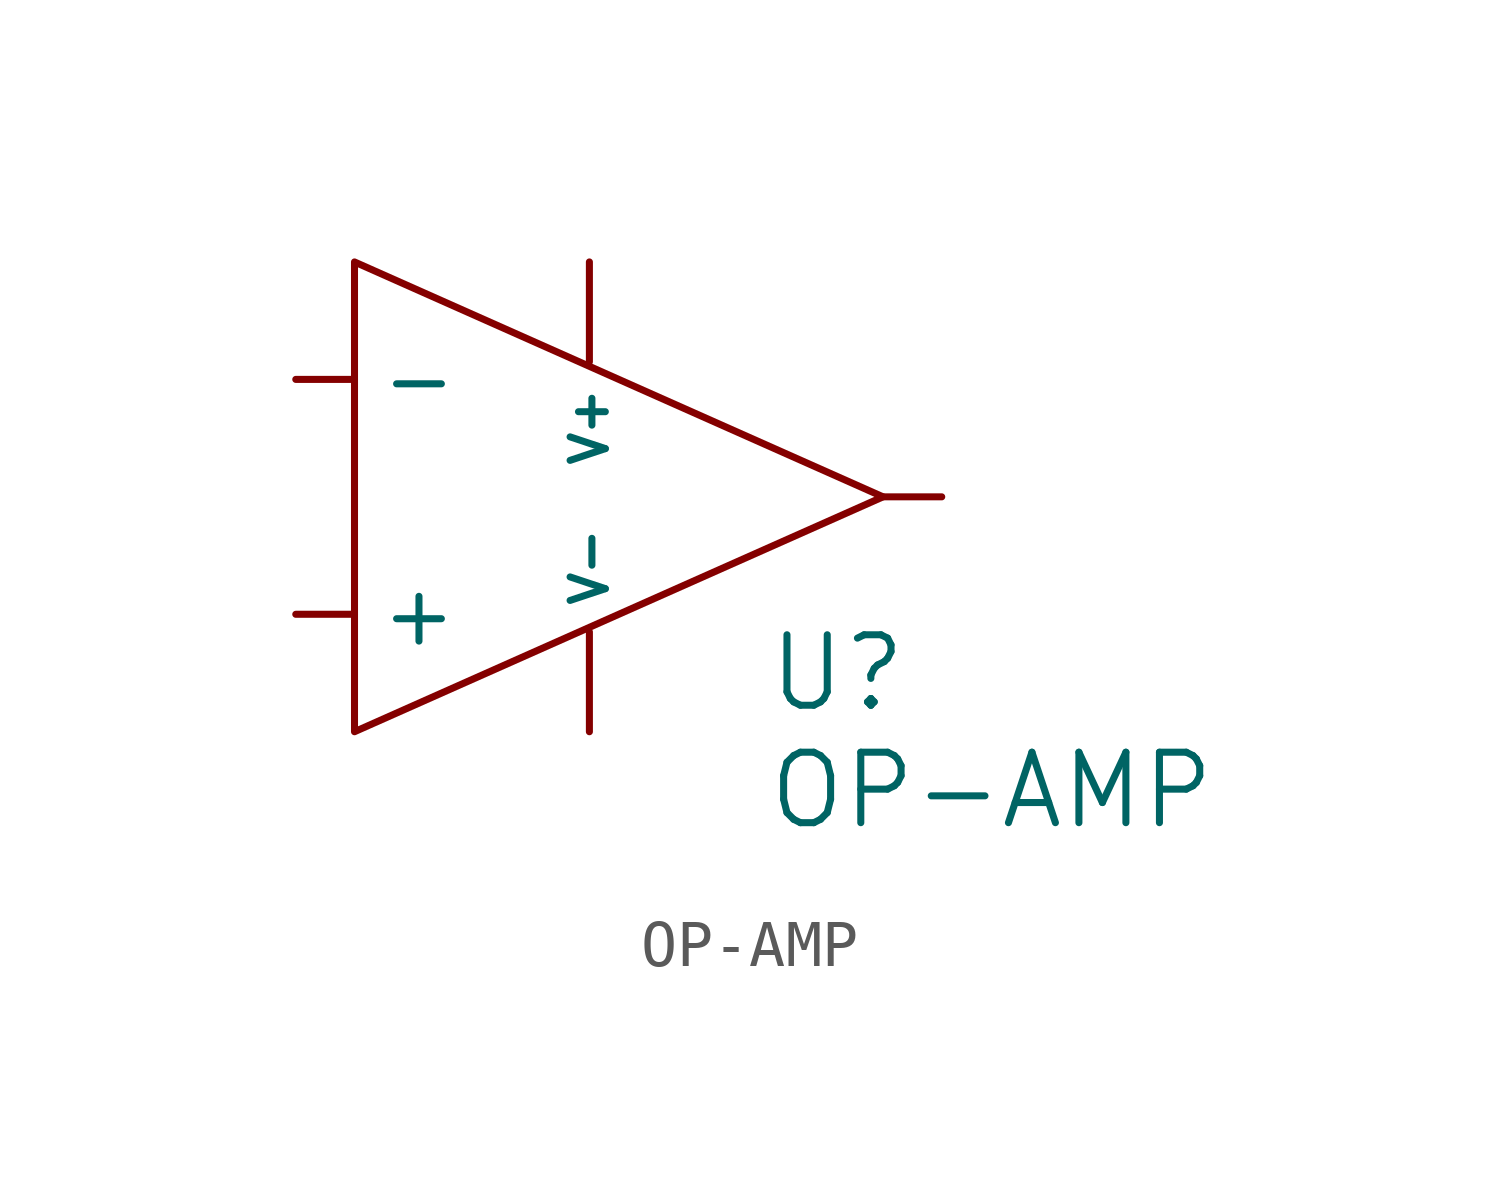
<source format=kicad_sym>
(kicad_symbol_lib
  (version 20211014)
  (generator kicad_symbol_editor)
  (symbol "OP-AMP"
    (pin_numbers hide)
    (property "Reference" "U"
      (at 6.35 -3.81 0)
      (effects (font (size 1.524 1.524)) (justify left)))
    (property "Value" "OP-AMP"
      (at 6.35 -6.35 0)
      (effects (font (size 1.524 1.524)) (justify left)))
    (symbol "OP-AMP_0_1"
      (polyline (pts (xy -2.54 5.08) (xy -2.54 -5.08) (xy 8.89 0) (xy -2.54 5.08)) (stroke (width 0) (type default) (color 0 0 0 0)) (fill (type none))))
    (symbol "OP-AMP_1_1"
      (pin passive line (at -3.81 -2.54 0) (length 1.27) (name "+" (effects (font (size 1.27 1.27)))) (number "+" (effects (font (size 1.27 1.27)))))
      (pin passive line (at -3.81 2.54 0) (length 1.27) (name "-" (effects (font (size 1.27 1.27)))) (number "-" (effects (font (size 1.27 1.27)))))
      (pin power_out line (at 10.16 0 180) (length 1.27) (name "~" (effects (font (size 1.27 1.27)))) (number "OUT" (effects (font (size 1.27 1.27)))))
      (pin power_in line (at 2.54 5.08 270) (length 2.159) (name "V+" (effects (font (size 0.762 0.762)))) (number "V+" (effects (font (size 1.27 1.27)))))
      (pin power_in line (at 2.54 -5.08 90) (length 2.159) (name "V-" (effects (font (size 0.762 0.762)))) (number "V-" (effects (font (size 1.27 1.27))))))))
</source>
